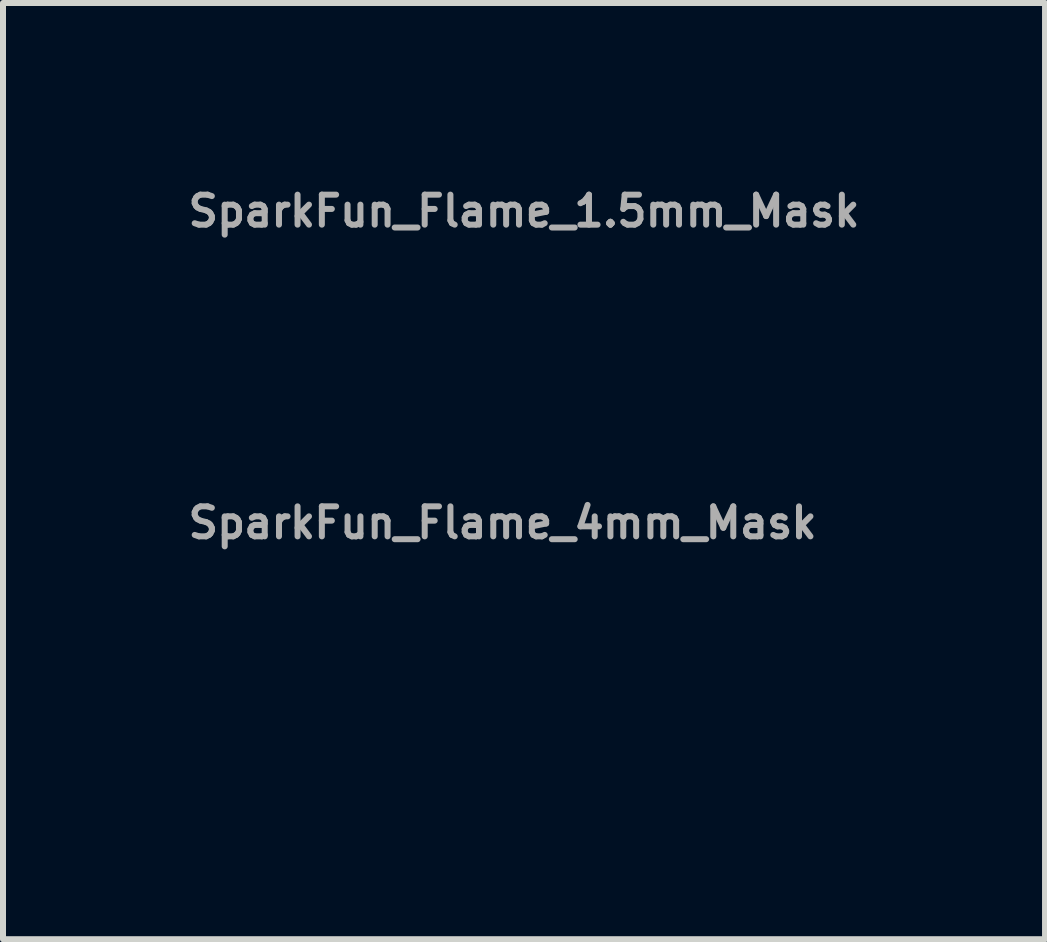
<source format=kicad_pcb>
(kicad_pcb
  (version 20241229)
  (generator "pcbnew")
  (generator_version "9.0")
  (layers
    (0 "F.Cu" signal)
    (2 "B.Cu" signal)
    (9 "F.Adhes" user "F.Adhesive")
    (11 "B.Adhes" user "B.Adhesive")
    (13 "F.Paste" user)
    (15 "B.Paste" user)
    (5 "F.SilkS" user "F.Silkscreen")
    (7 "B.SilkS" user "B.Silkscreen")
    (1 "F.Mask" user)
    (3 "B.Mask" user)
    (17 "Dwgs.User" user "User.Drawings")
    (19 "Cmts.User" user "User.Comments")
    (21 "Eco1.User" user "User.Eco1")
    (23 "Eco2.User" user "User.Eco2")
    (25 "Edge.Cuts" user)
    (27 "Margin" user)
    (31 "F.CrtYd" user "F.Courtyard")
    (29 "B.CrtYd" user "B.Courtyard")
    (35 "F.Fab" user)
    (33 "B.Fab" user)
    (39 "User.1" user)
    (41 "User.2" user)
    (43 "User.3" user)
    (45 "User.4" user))
  (footprint "SparkFun_Flame_1.5mm_Mask"
    (layer "F.Cu")
    (at 5.683 1.468)
    (property "Reference" "SparkFun_Flame_1.5mm_Mask" (at 0 -1 0) (layer "F.Fab") (effects (font (size 0.5 0.5) (thickness 0.1))))
    (attr board_only exclude_from_pos_files exclude_from_bom)
    (fp_poly (pts (xy 0.059 -0.727) (xy 0.074 -0.726) (xy 0.087 -0.725) (xy 0.101 -0.722) (xy 0.114 -0.719) (xy 0.127 -0.716) (xy 0.139 -0.712) (xy 0.151 -0.708) (xy 0.162 -0.703) (xy 0.173 -0.698) (xy 0.183 -0.694) (xy 0.201 -0.684) (xy 0.216 -0.674) (xy 0.228 -0.666) (xy 0.237 -0.659) (xy 0.245 -0.653) (xy 0.241 -0.654) (xy 0.23 -0.656) (xy 0.222 -0.657) (xy 0.213 -0.657) (xy 0.203 -0.658) (xy 0.193 -0.657) (xy 0.181 -0.656) (xy 0.169 -0.655) (xy 0.157 -0.652) (xy 0.151 -0.65) (xy 0.145 -0.648) (xy 0.139 -0.645) (xy 0.133 -0.642) (xy 0.127 -0.639) (xy 0.121 -0.636) (xy 0.116 -0.632) (xy 0.11 -0.627) (xy 0.105 -0.622) (xy 0.1 -0.617) (xy 0.093 -0.61) (xy 0.088 -0.602) (xy 0.083 -0.594) (xy 0.079 -0.587) (xy 0.077 -0.583) (xy 0.076 -0.579) (xy 0.074 -0.575) (xy 0.073 -0.571) (xy 0.073 -0.567) (xy 0.072 -0.562) (xy 0.072 -0.558) (xy 0.071 -0.554) (xy 0.072 -0.55) (xy 0.072 -0.545) (xy 0.072 -0.541) (xy 0.073 -0.536) (xy 0.074 -0.532) (xy 0.076 -0.527) (xy 0.077 -0.523) (xy 0.079 -0.518) (xy 0.081 -0.513) (xy 0.084 -0.508) (xy 0.086 -0.503) (xy 0.089 -0.499) (xy 0.093 -0.494) (xy 0.096 -0.488) (xy 0.104 -0.478) (xy 0.112 -0.47) (xy 0.12 -0.461) (xy 0.129 -0.453) (xy 0.138 -0.445) (xy 0.148 -0.437) (xy 0.158 -0.43) (xy 0.169 -0.423) (xy 0.179 -0.417) (xy 0.19 -0.411) (xy 0.201 -0.406) (xy 0.212 -0.402) (xy 0.222 -0.399) (xy 0.233 -0.396) (xy 0.238 -0.395) (xy 0.243 -0.395) (xy 0.248 -0.395) (xy 0.252 -0.395) (xy 0.257 -0.395) (xy 0.261 -0.396) (xy 0.267 -0.397) (xy 0.272 -0.399) (xy 0.277 -0.401) (xy 0.282 -0.403) (xy 0.286 -0.406) (xy 0.29 -0.409) (xy 0.293 -0.413) (xy 0.296 -0.416) (xy 0.298 -0.42) (xy 0.301 -0.424) (xy 0.303 -0.428) (xy 0.304 -0.432) (xy 0.306 -0.437) (xy 0.307 -0.441) (xy 0.308 -0.445) (xy 0.308 -0.45) (xy 0.309 -0.458) (xy 0.309 -0.467) (xy 0.309 -0.474) (xy 0.308 -0.481) (xy 0.308 -0.487) (xy 0.307 -0.491) (xy 0.306 -0.495) (xy 0.318 -0.49) (xy 0.33 -0.484) (xy 0.343 -0.476) (xy 0.355 -0.467) (xy 0.378 -0.445) (xy 0.401 -0.418) (xy 0.421 -0.387) (xy 0.44 -0.351) (xy 0.456 -0.312) (xy 0.469 -0.27) (xy 0.478 -0.224) (xy 0.481 -0.201) (xy 0.483 -0.177) (xy 0.484 -0.152) (xy 0.483 -0.127) (xy 0.481 -0.102) (xy 0.478 -0.077) (xy 0.473 -0.051) (xy 0.467 -0.025) (xy 0.459 0.001) (xy 0.449 0.028) (xy 0.438 0.054) (xy 0.425 0.08) (xy 0.41 0.106) (xy 0.393 0.132) (xy 0.374 0.159) (xy 0.354 0.183) (xy 0.332 0.207) (xy 0.31 0.229) (xy 0.286 0.25) (xy 0.261 0.269) (xy 0.235 0.286) (xy 0.208 0.301) (xy 0.18 0.315) (xy 0.15 0.327) (xy 0.119 0.336) (xy 0.087 0.344) (xy 0.054 0.35) (xy 0.019 0.353) (xy -0.017 0.354) (xy -0.054 0.353) (xy -0.064 0.353) (xy -0.073 0.352) (xy -0.082 0.353) (xy -0.091 0.354) (xy -0.1 0.355) (xy -0.108 0.357) (xy -0.117 0.359) (xy -0.125 0.362) (xy -0.132 0.365) (xy -0.14 0.368) (xy -0.148 0.372) (xy -0.155 0.376) (xy -0.169 0.386) (xy -0.184 0.397) (xy -0.198 0.41) (xy -0.213 0.424) (xy -0.227 0.439) (xy -0.243 0.455) (xy -0.312 0.531) (xy -0.346 0.568) (xy -0.378 0.604) (xy -0.407 0.637) (xy -0.432 0.666) (xy -0.453 0.691) (xy -0.47 0.711) (xy -0.483 0.727) (xy -0.483 -0.005) (xy -0.484 -0.02) (xy -0.484 -0.034) (xy -0.483 -0.047) (xy -0.482 -0.06) (xy -0.481 -0.072) (xy -0.479 -0.084) (xy -0.477 -0.096) (xy -0.475 -0.107) (xy -0.473 -0.117) (xy -0.47 -0.127) (xy -0.467 -0.137) (xy -0.463 -0.146) (xy -0.459 -0.155) (xy -0.455 -0.163) (xy -0.451 -0.171) (xy -0.447 -0.178) (xy -0.442 -0.186) (xy -0.437 -0.192) (xy -0.432 -0.199) (xy -0.426 -0.205) (xy -0.421 -0.211) (xy -0.415 -0.216) (xy -0.409 -0.221) (xy -0.403 -0.226) (xy -0.397 -0.23) (xy -0.39 -0.235) (xy -0.384 -0.239) (xy -0.377 -0.242) (xy -0.363 -0.249) (xy -0.349 -0.255) (xy -0.341 -0.258) (xy -0.333 -0.26) (xy -0.326 -0.262) (xy -0.318 -0.264) (xy -0.31 -0.266) (xy -0.303 -0.267) (xy -0.296 -0.268) (xy -0.289 -0.269) (xy -0.282 -0.269) (xy -0.275 -0.27) (xy -0.268 -0.27) (xy -0.262 -0.27) (xy -0.256 -0.27) (xy -0.25 -0.269) (xy -0.239 -0.268) (xy -0.228 -0.267) (xy -0.219 -0.265) (xy -0.211 -0.263) (xy -0.205 -0.262) (xy -0.199 -0.26) (xy -0.195 -0.259) (xy -0.192 -0.258) (xy -0.202 -0.253) (xy -0.213 -0.248) (xy -0.219 -0.245) (xy -0.226 -0.242) (xy -0.232 -0.238) (xy -0.239 -0.233) (xy -0.246 -0.228) (xy -0.253 -0.223) (xy -0.259 -0.217) (xy -0.262 -0.214) (xy -0.264 -0.211) (xy -0.267 -0.208) (xy -0.269 -0.205) (xy -0.271 -0.201) (xy -0.273 -0.198) (xy -0.275 -0.194) (xy -0.276 -0.19) (xy -0.277 -0.185) (xy -0.278 -0.181) (xy -0.279 -0.176) (xy -0.279 -0.171) (xy -0.279 -0.167) (xy -0.278 -0.162) (xy -0.277 -0.157) (xy -0.276 -0.152) (xy -0.275 -0.147) (xy -0.273 -0.143) (xy -0.271 -0.138) (xy -0.268 -0.133) (xy -0.266 -0.128) (xy -0.262 -0.124) (xy -0.259 -0.119) (xy -0.255 -0.115) (xy -0.251 -0.11) (xy -0.247 -0.106) (xy -0.242 -0.102) (xy -0.237 -0.099) (xy -0.232 -0.095) (xy -0.227 -0.092) (xy -0.221 -0.088) (xy -0.214 -0.085) (xy -0.208 -0.083) (xy -0.201 -0.08) (xy -0.194 -0.078) (xy -0.186 -0.076) (xy -0.179 -0.075) (xy -0.171 -0.073) (xy -0.159 -0.072) (xy -0.147 -0.072) (xy -0.136 -0.072) (xy -0.124 -0.074) (xy -0.113 -0.076) (xy -0.103 -0.078) (xy -0.093 -0.082) (xy -0.083 -0.086) (xy -0.074 -0.09) (xy -0.065 -0.095) (xy -0.056 -0.101) (xy -0.049 -0.107) (xy -0.042 -0.114) (xy -0.035 -0.121) (xy -0.029 -0.129) (xy -0.024 -0.137) (xy -0.02 -0.145) (xy -0.016 -0.154) (xy -0.013 -0.163) (xy -0.011 -0.172) (xy -0.01 -0.182) (xy -0.01 -0.192) (xy -0.011 -0.202) (xy -0.013 -0.213) (xy -0.016 -0.223) (xy -0.02 -0.234) (xy -0.025 -0.245) (xy -0.031 -0.255) (xy -0.039 -0.266) (xy -0.047 -0.277) (xy -0.057 -0.288) (xy -0.069 -0.299) (xy -0.094 -0.323) (xy -0.117 -0.347) (xy -0.127 -0.36) (xy -0.137 -0.372) (xy -0.146 -0.385) (xy -0.154 -0.397) (xy -0.162 -0.41) (xy -0.169 -0.422) (xy -0.175 -0.435) (xy -0.181 -0.447) (xy -0.185 -0.46) (xy -0.189 -0.472) (xy -0.192 -0.485) (xy -0.194 -0.497) (xy -0.196 -0.509) (xy -0.196 -0.522) (xy -0.196 -0.534) (xy -0.194 -0.546) (xy -0.192 -0.558) (xy -0.189 -0.57) (xy -0.184 -0.581) (xy -0.179 -0.593) (xy -0.173 -0.605) (xy -0.165 -0.616) (xy -0.157 -0.627) (xy -0.147 -0.638) (xy -0.137 -0.649) (xy -0.125 -0.659) (xy -0.112 -0.67) (xy -0.098 -0.68) (xy -0.082 -0.691) (xy -0.065 -0.7) (xy -0.049 -0.707) (xy -0.033 -0.714) (xy -0.017 -0.719) (xy -0.001 -0.722) (xy 0.014 -0.725) (xy 0.029 -0.727) (xy 0.044 -0.727)) (stroke (width -0.000001) (type solid)) (fill yes) (layer "F.Mask")))
  (footprint "SparkFun_Flame_4mm_Mask"
    (layer "F.Cu")
    (at 5.326 7.663)
    (property "Reference" "SparkFun_Flame_4mm_Mask" (at 0 -2 0) (layer "F.Fab") (effects (font (size 0.5 0.5) (thickness 0.1))))
    (attr board_only exclude_from_pos_files exclude_from_bom)
    (fp_poly (pts (xy 0.158 -1.94) (xy 0.196 -1.937) (xy 0.233 -1.932) (xy 0.27 -1.926) (xy 0.305 -1.918) (xy 0.339 -1.909) (xy 0.371 -1.899) (xy 0.402 -1.887) (xy 0.432 -1.875) (xy 0.46 -1.863) (xy 0.487 -1.85) (xy 0.535 -1.824) (xy 0.576 -1.799) (xy 0.609 -1.776) (xy 0.633 -1.758) (xy 0.653 -1.742) (xy 0.643 -1.744) (xy 0.613 -1.749) (xy 0.592 -1.751) (xy 0.569 -1.753) (xy 0.542 -1.754) (xy 0.513 -1.753) (xy 0.483 -1.75) (xy 0.451 -1.745) (xy 0.419 -1.738) (xy 0.403 -1.733) (xy 0.387 -1.727) (xy 0.371 -1.72) (xy 0.355 -1.713) (xy 0.339 -1.704) (xy 0.324 -1.695) (xy 0.309 -1.684) (xy 0.294 -1.672) (xy 0.28 -1.659) (xy 0.266 -1.645) (xy 0.249 -1.626) (xy 0.234 -1.606) (xy 0.221 -1.585) (xy 0.211 -1.565) (xy 0.206 -1.554) (xy 0.202 -1.543) (xy 0.199 -1.533) (xy 0.196 -1.522) (xy 0.194 -1.511) (xy 0.192 -1.5) (xy 0.191 -1.488) (xy 0.19 -1.477) (xy 0.191 -1.466) (xy 0.192 -1.454) (xy 0.193 -1.442) (xy 0.195 -1.43) (xy 0.198 -1.418) (xy 0.202 -1.406) (xy 0.206 -1.394) (xy 0.211 -1.381) (xy 0.217 -1.368) (xy 0.223 -1.356) (xy 0.23 -1.343) (xy 0.238 -1.329) (xy 0.247 -1.316) (xy 0.257 -1.303) (xy 0.278 -1.275) (xy 0.298 -1.252) (xy 0.319 -1.23) (xy 0.343 -1.208) (xy 0.368 -1.187) (xy 0.394 -1.166) (xy 0.422 -1.147) (xy 0.45 -1.128) (xy 0.478 -1.111) (xy 0.507 -1.096) (xy 0.536 -1.083) (xy 0.565 -1.072) (xy 0.593 -1.063) (xy 0.621 -1.057) (xy 0.634 -1.055) (xy 0.647 -1.053) (xy 0.66 -1.052) (xy 0.673 -1.052) (xy 0.685 -1.053) (xy 0.696 -1.055) (xy 0.712 -1.058) (xy 0.726 -1.063) (xy 0.74 -1.069) (xy 0.752 -1.076) (xy 0.763 -1.083) (xy 0.772 -1.091) (xy 0.781 -1.1) (xy 0.789 -1.11) (xy 0.796 -1.12) (xy 0.802 -1.131) (xy 0.807 -1.142) (xy 0.811 -1.153) (xy 0.815 -1.164) (xy 0.818 -1.176) (xy 0.82 -1.188) (xy 0.822 -1.199) (xy 0.824 -1.222) (xy 0.825 -1.244) (xy 0.824 -1.265) (xy 0.823 -1.283) (xy 0.821 -1.298) (xy 0.819 -1.309) (xy 0.817 -1.32) (xy 0.849 -1.307) (xy 0.881 -1.291) (xy 0.913 -1.27) (xy 0.946 -1.246) (xy 1.008 -1.188) (xy 1.068 -1.116) (xy 1.124 -1.032) (xy 1.174 -0.937) (xy 1.217 -0.832) (xy 1.251 -0.719) (xy 1.275 -0.598) (xy 1.283 -0.536) (xy 1.288 -0.472) (xy 1.29 -0.406) (xy 1.288 -0.34) (xy 1.283 -0.273) (xy 1.274 -0.204) (xy 1.261 -0.136) (xy 1.244 -0.066) (xy 1.223 0.003) (xy 1.198 0.073) (xy 1.168 0.143) (xy 1.133 0.213) (xy 1.093 0.283) (xy 1.048 0.353) (xy 0.997 0.423) (xy 0.943 0.489) (xy 0.886 0.552) (xy 0.826 0.611) (xy 0.763 0.666) (xy 0.697 0.716) (xy 0.627 0.762) (xy 0.555 0.803) (xy 0.479 0.84) (xy 0.4 0.871) (xy 0.318 0.897) (xy 0.232 0.918) (xy 0.143 0.932) (xy 0.051 0.942) (xy -0.044 0.945) (xy -0.144 0.942) (xy -0.17 0.94) (xy -0.195 0.94) (xy -0.22 0.941) (xy -0.243 0.943) (xy -0.266 0.946) (xy -0.289 0.951) (xy -0.311 0.957) (xy -0.332 0.964) (xy -0.353 0.972) (xy -0.373 0.981) (xy -0.393 0.992) (xy -0.413 1.003) (xy -0.452 1.029) (xy -0.49 1.059) (xy -0.528 1.092) (xy -0.567 1.129) (xy -0.606 1.17) (xy -0.647 1.214) (xy -0.832 1.417) (xy -0.922 1.515) (xy -1.007 1.61) (xy -1.085 1.698) (xy -1.153 1.777) (xy -1.209 1.844) (xy -1.252 1.895) (xy -1.289 1.94) (xy -1.289 -0.014) (xy -1.29 -0.052) (xy -1.289 -0.09) (xy -1.288 -0.125) (xy -1.286 -0.16) (xy -1.282 -0.193) (xy -1.278 -0.225) (xy -1.273 -0.255) (xy -1.267 -0.284) (xy -1.26 -0.312) (xy -1.253 -0.339) (xy -1.244 -0.365) (xy -1.235 -0.389) (xy -1.225 -0.412) (xy -1.215 -0.435) (xy -1.203 -0.456) (xy -1.191 -0.476) (xy -1.179 -0.495) (xy -1.165 -0.513) (xy -1.152 -0.53) (xy -1.137 -0.546) (xy -1.122 -0.561) (xy -1.107 -0.576) (xy -1.091 -0.59) (xy -1.075 -0.602) (xy -1.058 -0.614) (xy -1.041 -0.626) (xy -1.023 -0.636) (xy -1.005 -0.646) (xy -0.969 -0.664) (xy -0.931 -0.68) (xy -0.91 -0.687) (xy -0.889 -0.694) (xy -0.868 -0.699) (xy -0.848 -0.704) (xy -0.828 -0.709) (xy -0.808 -0.712) (xy -0.789 -0.715) (xy -0.77 -0.717) (xy -0.752 -0.718) (xy -0.733 -0.719) (xy -0.716 -0.719) (xy -0.699 -0.719) (xy -0.682 -0.719) (xy -0.667 -0.718) (xy -0.637 -0.715) (xy -0.609 -0.711) (xy -0.585 -0.707) (xy -0.564 -0.702) (xy -0.546 -0.698) (xy -0.531 -0.693) (xy -0.521 -0.69) (xy -0.512 -0.687) (xy -0.539 -0.676) (xy -0.568 -0.662) (xy -0.584 -0.654) (xy -0.602 -0.644) (xy -0.62 -0.633) (xy -0.638 -0.621) (xy -0.656 -0.608) (xy -0.674 -0.594) (xy -0.69 -0.579) (xy -0.698 -0.571) (xy -0.705 -0.563) (xy -0.711 -0.555) (xy -0.718 -0.546) (xy -0.723 -0.537) (xy -0.728 -0.528) (xy -0.733 -0.517) (xy -0.737 -0.506) (xy -0.74 -0.494) (xy -0.742 -0.482) (xy -0.743 -0.47) (xy -0.744 -0.457) (xy -0.743 -0.444) (xy -0.742 -0.432) (xy -0.739 -0.419) (xy -0.736 -0.406) (xy -0.732 -0.393) (xy -0.728 -0.38) (xy -0.722 -0.367) (xy -0.716 -0.355) (xy -0.708 -0.342) (xy -0.7 -0.33) (xy -0.691 -0.318) (xy -0.681 -0.306) (xy -0.67 -0.295) (xy -0.659 -0.284) (xy -0.646 -0.273) (xy -0.633 -0.263) (xy -0.619 -0.253) (xy -0.604 -0.244) (xy -0.588 -0.236) (xy -0.572 -0.228) (xy -0.554 -0.221) (xy -0.536 -0.214) (xy -0.517 -0.208) (xy -0.497 -0.203) (xy -0.477 -0.199) (xy -0.455 -0.196) (xy -0.423 -0.193) (xy -0.392 -0.192) (xy -0.362 -0.193) (xy -0.332 -0.197) (xy -0.303 -0.202) (xy -0.274 -0.209) (xy -0.247 -0.218) (xy -0.221 -0.228) (xy -0.196 -0.24) (xy -0.173 -0.254) (xy -0.151 -0.269) (xy -0.13 -0.286) (xy -0.111 -0.304) (xy -0.093 -0.323) (xy -0.078 -0.343) (xy -0.064 -0.365) (xy -0.053 -0.387) (xy -0.043 -0.411) (xy -0.035 -0.435) (xy -0.03 -0.46) (xy -0.028 -0.486) (xy -0.027 -0.512) (xy -0.03 -0.539) (xy -0.035 -0.567) (xy -0.042 -0.595) (xy -0.053 -0.623) (xy -0.067 -0.652) (xy -0.083 -0.681) (xy -0.103 -0.71) (xy -0.126 -0.739) (xy -0.153 -0.768) (xy -0.183 -0.797) (xy -0.25 -0.861) (xy -0.311 -0.927) (xy -0.339 -0.96) (xy -0.365 -0.993) (xy -0.389 -1.026) (xy -0.412 -1.059) (xy -0.432 -1.092) (xy -0.451 -1.126) (xy -0.467 -1.159) (xy -0.482 -1.193) (xy -0.494 -1.226) (xy -0.505 -1.259) (xy -0.513 -1.292) (xy -0.518 -1.325) (xy -0.522 -1.358) (xy -0.523 -1.391) (xy -0.522 -1.423) (xy -0.518 -1.456) (xy -0.512 -1.488) (xy -0.503 -1.519) (xy -0.491 -1.551) (xy -0.477 -1.582) (xy -0.46 -1.612) (xy -0.44 -1.642) (xy -0.418 -1.672) (xy -0.393 -1.701) (xy -0.364 -1.73) (xy -0.333 -1.758) (xy -0.299 -1.786) (xy -0.261 -1.813) (xy -0.218 -1.841) (xy -0.174 -1.866) (xy -0.131 -1.886) (xy -0.088 -1.903) (xy -0.045 -1.916) (xy -0.003 -1.926) (xy 0.038 -1.934) (xy 0.079 -1.938) (xy 0.119 -1.94)) (stroke (width -0.000001) (type solid)) (fill yes) (layer "F.Mask")))
  (gr_rect
    (start -3 -3)
    (end 14.367 12.603)
    (stroke (width 0.1) (type default))
    (fill no)
    (layer "Edge.Cuts")))
</source>
